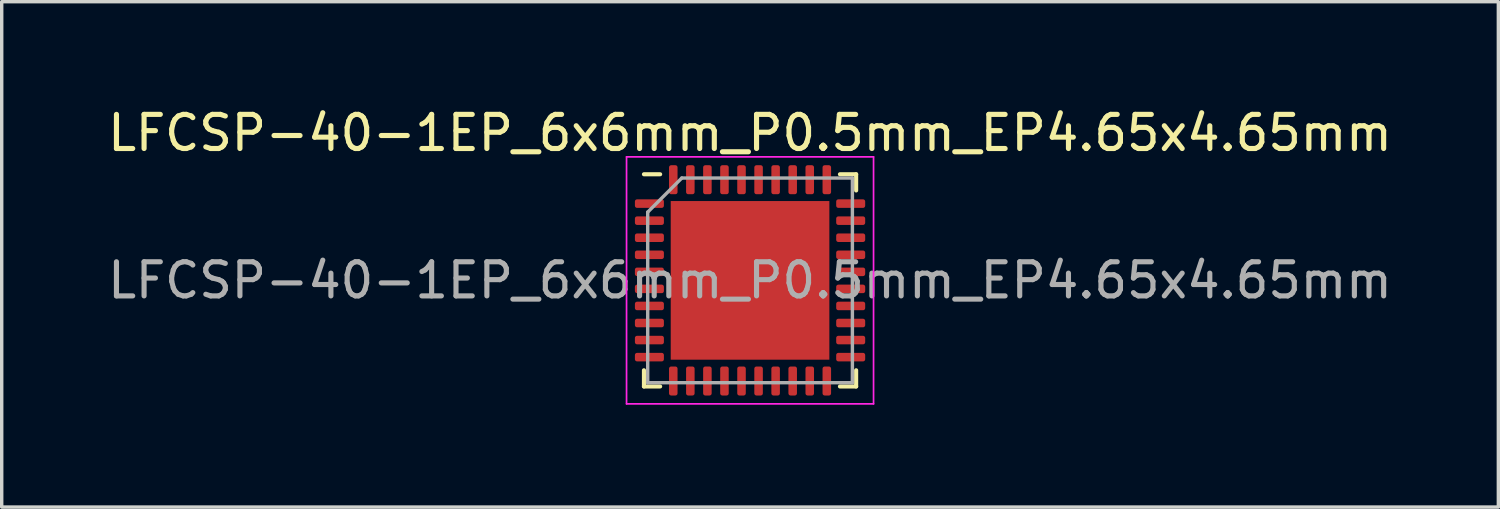
<source format=kicad_pcb>
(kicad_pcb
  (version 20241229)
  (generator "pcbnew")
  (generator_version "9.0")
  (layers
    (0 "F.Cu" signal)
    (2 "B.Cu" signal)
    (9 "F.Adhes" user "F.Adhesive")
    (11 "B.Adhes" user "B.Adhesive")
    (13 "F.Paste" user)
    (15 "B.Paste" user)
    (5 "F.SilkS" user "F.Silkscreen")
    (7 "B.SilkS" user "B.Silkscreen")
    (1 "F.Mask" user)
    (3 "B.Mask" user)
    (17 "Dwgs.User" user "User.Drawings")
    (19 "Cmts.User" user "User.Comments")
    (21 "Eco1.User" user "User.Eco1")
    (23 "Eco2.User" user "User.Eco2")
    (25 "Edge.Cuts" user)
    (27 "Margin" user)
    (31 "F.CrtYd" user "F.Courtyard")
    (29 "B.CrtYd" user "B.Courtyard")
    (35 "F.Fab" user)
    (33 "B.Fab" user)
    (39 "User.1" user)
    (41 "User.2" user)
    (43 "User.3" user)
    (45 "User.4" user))
  (footprint "LFCSP-40-1EP_6x6mm_P0.5mm_EP4.65x4.65mm"
    (layer "F.Cu")
    (at 18.935 5.168)
    (property "Reference" "LFCSP-40-1EP_6x6mm_P0.5mm_EP4.65x4.65mm" (at 0 -4.32 0) (layer "F.SilkS") (effects (font (size 1 1) (thickness 0.15))))
    (attr smd)
    (fp_line (start -3.11 3.11) (end -3.11 2.635) (stroke (width 0.12) (type solid)) (layer "F.SilkS"))
    (fp_line (start -2.635 -3.11) (end -3.11 -3.11) (stroke (width 0.12) (type solid)) (layer "F.SilkS"))
    (fp_line (start -2.635 3.11) (end -3.11 3.11) (stroke (width 0.12) (type solid)) (layer "F.SilkS"))
    (fp_line (start 2.635 -3.11) (end 3.11 -3.11) (stroke (width 0.12) (type solid)) (layer "F.SilkS"))
    (fp_line (start 2.635 3.11) (end 3.11 3.11) (stroke (width 0.12) (type solid)) (layer "F.SilkS"))
    (fp_line (start 3.11 -3.11) (end 3.11 -2.635) (stroke (width 0.12) (type solid)) (layer "F.SilkS"))
    (fp_line (start 3.11 3.11) (end 3.11 2.635) (stroke (width 0.12) (type solid)) (layer "F.SilkS"))
    (fp_line (start -3.62 -3.62) (end -3.62 3.62) (stroke (width 0.05) (type solid)) (layer "F.CrtYd"))
    (fp_line (start -3.62 3.62) (end 3.62 3.62) (stroke (width 0.05) (type solid)) (layer "F.CrtYd"))
    (fp_line (start 3.62 -3.62) (end -3.62 -3.62) (stroke (width 0.05) (type solid)) (layer "F.CrtYd"))
    (fp_line (start 3.62 3.62) (end 3.62 -3.62) (stroke (width 0.05) (type solid)) (layer "F.CrtYd"))
    (fp_line (start -3 -2) (end -2 -3) (stroke (width 0.1) (type solid)) (layer "F.Fab"))
    (fp_line (start -3 3) (end -3 -2) (stroke (width 0.1) (type solid)) (layer "F.Fab"))
    (fp_line (start -2 -3) (end 3 -3) (stroke (width 0.1) (type solid)) (layer "F.Fab"))
    (fp_line (start 3 -3) (end 3 3) (stroke (width 0.1) (type solid)) (layer "F.Fab"))
    (fp_line (start 3 3) (end -3 3) (stroke (width 0.1) (type solid)) (layer "F.Fab"))
    (fp_text user "${REFERENCE}" (at 0 0 0) (layer "F.Fab") (effects (font (size 1 1) (thickness 0.15))))
    (pad "" smd roundrect (at -1.16 -1.16) (size 1.87 1.87) (layers "F.Paste") (roundrect_rratio 0.134))
    (pad "" smd roundrect (at -1.16 1.16) (size 1.87 1.87) (layers "F.Paste") (roundrect_rratio 0.134))
    (pad "" smd roundrect (at 1.16 -1.16) (size 1.87 1.87) (layers "F.Paste") (roundrect_rratio 0.134))
    (pad "" smd roundrect (at 1.16 1.16) (size 1.87 1.87) (layers "F.Paste") (roundrect_rratio 0.134))
    (pad "1" smd roundrect (at -2.95 -2.25) (size 0.85 0.25) (layers "F.Cu" "F.Mask" "F.Paste") (roundrect_rratio 0.25))
    (pad "2" smd roundrect (at -2.95 -1.75) (size 0.85 0.25) (layers "F.Cu" "F.Mask" "F.Paste") (roundrect_rratio 0.25))
    (pad "3" smd roundrect (at -2.95 -1.25) (size 0.85 0.25) (layers "F.Cu" "F.Mask" "F.Paste") (roundrect_rratio 0.25))
    (pad "4" smd roundrect (at -2.95 -0.75) (size 0.85 0.25) (layers "F.Cu" "F.Mask" "F.Paste") (roundrect_rratio 0.25))
    (pad "5" smd roundrect (at -2.95 -0.25) (size 0.85 0.25) (layers "F.Cu" "F.Mask" "F.Paste") (roundrect_rratio 0.25))
    (pad "6" smd roundrect (at -2.95 0.25) (size 0.85 0.25) (layers "F.Cu" "F.Mask" "F.Paste") (roundrect_rratio 0.25))
    (pad "7" smd roundrect (at -2.95 0.75) (size 0.85 0.25) (layers "F.Cu" "F.Mask" "F.Paste") (roundrect_rratio 0.25))
    (pad "8" smd roundrect (at -2.95 1.25) (size 0.85 0.25) (layers "F.Cu" "F.Mask" "F.Paste") (roundrect_rratio 0.25))
    (pad "9" smd roundrect (at -2.95 1.75) (size 0.85 0.25) (layers "F.Cu" "F.Mask" "F.Paste") (roundrect_rratio 0.25))
    (pad "10" smd roundrect (at -2.95 2.25) (size 0.85 0.25) (layers "F.Cu" "F.Mask" "F.Paste") (roundrect_rratio 0.25))
    (pad "11" smd roundrect (at -2.25 2.95) (size 0.25 0.85) (layers "F.Cu" "F.Mask" "F.Paste") (roundrect_rratio 0.25))
    (pad "12" smd roundrect (at -1.75 2.95) (size 0.25 0.85) (layers "F.Cu" "F.Mask" "F.Paste") (roundrect_rratio 0.25))
    (pad "13" smd roundrect (at -1.25 2.95) (size 0.25 0.85) (layers "F.Cu" "F.Mask" "F.Paste") (roundrect_rratio 0.25))
    (pad "14" smd roundrect (at -0.75 2.95) (size 0.25 0.85) (layers "F.Cu" "F.Mask" "F.Paste") (roundrect_rratio 0.25))
    (pad "15" smd roundrect (at -0.25 2.95) (size 0.25 0.85) (layers "F.Cu" "F.Mask" "F.Paste") (roundrect_rratio 0.25))
    (pad "16" smd roundrect (at 0.25 2.95) (size 0.25 0.85) (layers "F.Cu" "F.Mask" "F.Paste") (roundrect_rratio 0.25))
    (pad "17" smd roundrect (at 0.75 2.95) (size 0.25 0.85) (layers "F.Cu" "F.Mask" "F.Paste") (roundrect_rratio 0.25))
    (pad "18" smd roundrect (at 1.25 2.95) (size 0.25 0.85) (layers "F.Cu" "F.Mask" "F.Paste") (roundrect_rratio 0.25))
    (pad "19" smd roundrect (at 1.75 2.95) (size 0.25 0.85) (layers "F.Cu" "F.Mask" "F.Paste") (roundrect_rratio 0.25))
    (pad "20" smd roundrect (at 2.25 2.95) (size 0.25 0.85) (layers "F.Cu" "F.Mask" "F.Paste") (roundrect_rratio 0.25))
    (pad "21" smd roundrect (at 2.95 2.25) (size 0.85 0.25) (layers "F.Cu" "F.Mask" "F.Paste") (roundrect_rratio 0.25))
    (pad "22" smd roundrect (at 2.95 1.75) (size 0.85 0.25) (layers "F.Cu" "F.Mask" "F.Paste") (roundrect_rratio 0.25))
    (pad "23" smd roundrect (at 2.95 1.25) (size 0.85 0.25) (layers "F.Cu" "F.Mask" "F.Paste") (roundrect_rratio 0.25))
    (pad "24" smd roundrect (at 2.95 0.75) (size 0.85 0.25) (layers "F.Cu" "F.Mask" "F.Paste") (roundrect_rratio 0.25))
    (pad "25" smd roundrect (at 2.95 0.25) (size 0.85 0.25) (layers "F.Cu" "F.Mask" "F.Paste") (roundrect_rratio 0.25))
    (pad "26" smd roundrect (at 2.95 -0.25) (size 0.85 0.25) (layers "F.Cu" "F.Mask" "F.Paste") (roundrect_rratio 0.25))
    (pad "27" smd roundrect (at 2.95 -0.75) (size 0.85 0.25) (layers "F.Cu" "F.Mask" "F.Paste") (roundrect_rratio 0.25))
    (pad "28" smd roundrect (at 2.95 -1.25) (size 0.85 0.25) (layers "F.Cu" "F.Mask" "F.Paste") (roundrect_rratio 0.25))
    (pad "29" smd roundrect (at 2.95 -1.75) (size 0.85 0.25) (layers "F.Cu" "F.Mask" "F.Paste") (roundrect_rratio 0.25))
    (pad "30" smd roundrect (at 2.95 -2.25) (size 0.85 0.25) (layers "F.Cu" "F.Mask" "F.Paste") (roundrect_rratio 0.25))
    (pad "31" smd roundrect (at 2.25 -2.95) (size 0.25 0.85) (layers "F.Cu" "F.Mask" "F.Paste") (roundrect_rratio 0.25))
    (pad "32" smd roundrect (at 1.75 -2.95) (size 0.25 0.85) (layers "F.Cu" "F.Mask" "F.Paste") (roundrect_rratio 0.25))
    (pad "33" smd roundrect (at 1.25 -2.95) (size 0.25 0.85) (layers "F.Cu" "F.Mask" "F.Paste") (roundrect_rratio 0.25))
    (pad "34" smd roundrect (at 0.75 -2.95) (size 0.25 0.85) (layers "F.Cu" "F.Mask" "F.Paste") (roundrect_rratio 0.25))
    (pad "35" smd roundrect (at 0.25 -2.95) (size 0.25 0.85) (layers "F.Cu" "F.Mask" "F.Paste") (roundrect_rratio 0.25))
    (pad "36" smd roundrect (at -0.25 -2.95) (size 0.25 0.85) (layers "F.Cu" "F.Mask" "F.Paste") (roundrect_rratio 0.25))
    (pad "37" smd roundrect (at -0.75 -2.95) (size 0.25 0.85) (layers "F.Cu" "F.Mask" "F.Paste") (roundrect_rratio 0.25))
    (pad "38" smd roundrect (at -1.25 -2.95) (size 0.25 0.85) (layers "F.Cu" "F.Mask" "F.Paste") (roundrect_rratio 0.25))
    (pad "39" smd roundrect (at -1.75 -2.95) (size 0.25 0.85) (layers "F.Cu" "F.Mask" "F.Paste") (roundrect_rratio 0.25))
    (pad "40" smd roundrect (at -2.25 -2.95) (size 0.25 0.85) (layers "F.Cu" "F.Mask" "F.Paste") (roundrect_rratio 0.25))
    (pad "41" smd rect (at 0 0) (size 4.65 4.65) (layers "F.Cu" "F.Mask")))
  (gr_rect
    (start -3 -3)
    (end 40.869 11.813)
    (stroke (width 0.1) (type default))
    (fill no)
    (layer "Edge.Cuts")))
</source>
